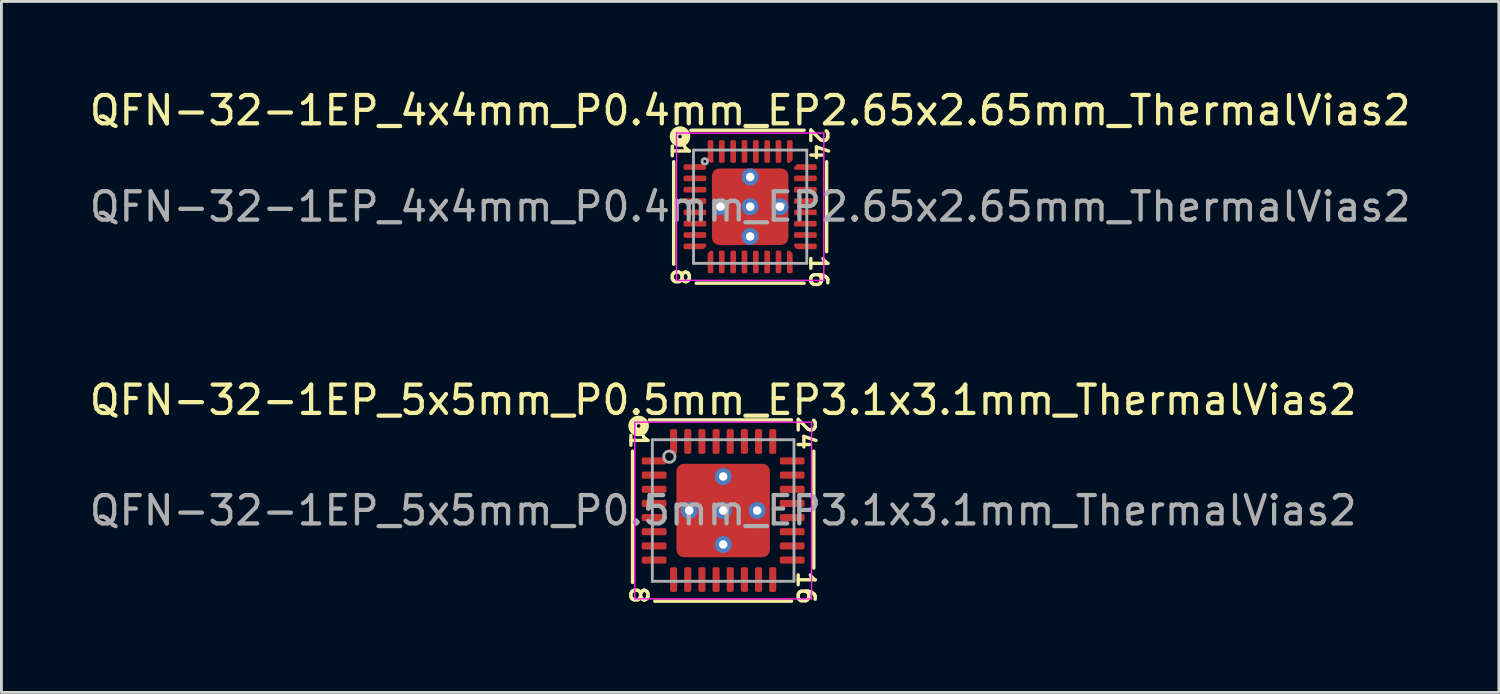
<source format=kicad_pcb>
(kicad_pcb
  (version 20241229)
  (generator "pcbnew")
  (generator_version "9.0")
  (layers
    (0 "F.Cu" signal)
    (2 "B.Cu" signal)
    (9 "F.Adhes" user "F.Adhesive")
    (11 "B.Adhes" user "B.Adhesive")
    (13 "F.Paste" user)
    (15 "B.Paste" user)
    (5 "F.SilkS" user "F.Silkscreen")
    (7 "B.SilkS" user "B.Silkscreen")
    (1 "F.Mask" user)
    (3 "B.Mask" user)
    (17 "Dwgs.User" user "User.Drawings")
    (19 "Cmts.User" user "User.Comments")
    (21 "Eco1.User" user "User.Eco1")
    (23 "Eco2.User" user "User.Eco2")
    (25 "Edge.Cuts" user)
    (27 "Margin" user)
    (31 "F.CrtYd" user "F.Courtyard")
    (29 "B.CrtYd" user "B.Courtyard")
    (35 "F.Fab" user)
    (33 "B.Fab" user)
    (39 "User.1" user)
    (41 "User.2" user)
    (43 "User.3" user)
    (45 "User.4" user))
  (footprint "QFN-32-1EP_5x5mm_P0.5mm_EP3.1x3.1mm_ThermalVias2"
    (layer "F.Cu")
    (at 22.482 14.974)
    (property "Reference" "QFN-32-1EP_5x5mm_P0.5mm_EP3.1x3.1mm_ThermalVias2" (at 0 -3.9 0) (layer "F.SilkS") (effects (font (size 1 1) (thickness 0.15))))
    (attr smd)
    (fp_line (start -3.2 -2.095) (end -3.2 2.54) (stroke (width 0.12) (type solid)) (layer "F.SilkS"))
    (fp_line (start -2.413 3.2) (end 2.413 3.2) (stroke (width 0.12) (type solid)) (layer "F.SilkS"))
    (fp_line (start 2.413 -3.2) (end -2.603 -3.2) (stroke (width 0.12) (type solid)) (layer "F.SilkS"))
    (fp_line (start 3.2 2.032) (end 3.2 -2.095) (stroke (width 0.12) (type solid)) (layer "F.SilkS"))
    (fp_circle (center -2.985 -2.985) (end -2.921 -2.985) (stroke (width 0.3) (type solid)) (fill no) (layer "F.SilkS"))
    (fp_line (start -3.12 -3.12) (end -3.12 3.12) (stroke (width 0.05) (type solid)) (layer "F.CrtYd"))
    (fp_line (start -3.12 3.12) (end 3.12 3.12) (stroke (width 0.05) (type solid)) (layer "F.CrtYd"))
    (fp_line (start 3.12 -3.12) (end -3.12 -3.12) (stroke (width 0.05) (type solid)) (layer "F.CrtYd"))
    (fp_line (start 3.12 3.12) (end 3.12 -3.12) (stroke (width 0.05) (type solid)) (layer "F.CrtYd"))
    (fp_line (start -2.5 -2.5) (end 2.5 -2.5) (stroke (width 0.1) (type solid)) (layer "F.Fab"))
    (fp_line (start -2.5 2.5) (end -2.5 -2.5) (stroke (width 0.1) (type solid)) (layer "F.Fab"))
    (fp_line (start 2.5 -2.5) (end 2.5 2.5) (stroke (width 0.1) (type solid)) (layer "F.Fab"))
    (fp_line (start 2.5 2.5) (end -2.5 2.5) (stroke (width 0.1) (type solid)) (layer "F.Fab"))
    (fp_circle (center -1.9 -1.9) (end -1.7 -1.9) (stroke (width 0.1) (type solid)) (fill no) (layer "F.Fab"))
    (fp_text user "24" (at 2.921 -2.731 270) (unlocked yes) (layer "F.SilkS") (effects (font (size 0.6 0.6) (thickness 0.12))))
    (fp_text user "16" (at 2.921 2.731 270) (unlocked yes) (layer "F.SilkS") (effects (font (size 0.6 0.6) (thickness 0.12))))
    (fp_text user "1" (at -2.985 -2.477 270) (unlocked yes) (layer "F.SilkS") (effects (font (size 0.6 0.6) (thickness 0.12))))
    (fp_text user "8" (at -2.985 2.985 270) (unlocked yes) (layer "F.SilkS") (effects (font (size 0.6 0.6) (thickness 0.12))))
    (fp_text user "${REFERENCE}" (at 0 0 0) (layer "F.Fab") (effects (font (size 1 1) (thickness 0.15))))
    (pad "" smd roundrect (at -0.925 -0.925) (size 0.95 0.95) (layers "F.Paste") (roundrect_rratio 0.25))
    (pad "" smd roundrect (at -0.925 -0.925) (size 1.25 1.25) (layers "F.Mask") (roundrect_rratio 0.2))
    (pad "" smd roundrect (at -0.925 0.925) (size 0.95 0.95) (layers "F.Paste") (roundrect_rratio 0.25))
    (pad "" smd roundrect (at -0.925 0.925) (size 1.25 1.25) (layers "F.Mask") (roundrect_rratio 0.2))
    (pad "" smd roundrect (at 0.925 -0.925) (size 0.95 0.95) (layers "F.Paste") (roundrect_rratio 0.25))
    (pad "" smd roundrect (at 0.925 -0.925) (size 1.25 1.25) (layers "F.Mask") (roundrect_rratio 0.2))
    (pad "" smd roundrect (at 0.925 0.925) (size 0.95 0.95) (layers "F.Paste") (roundrect_rratio 0.25))
    (pad "" smd roundrect (at 0.925 0.925) (size 1.25 1.25) (layers "F.Mask") (roundrect_rratio 0.2))
    (pad "1" smd roundrect (at -2.438 -1.75) (size 0.875 0.25) (layers "F.Cu" "F.Mask" "F.Paste") (roundrect_rratio 0.25))
    (pad "2" smd roundrect (at -2.438 -1.25) (size 0.875 0.25) (layers "F.Cu" "F.Mask" "F.Paste") (roundrect_rratio 0.25))
    (pad "3" smd roundrect (at -2.438 -0.75) (size 0.875 0.25) (layers "F.Cu" "F.Mask" "F.Paste") (roundrect_rratio 0.25))
    (pad "4" smd roundrect (at -2.438 -0.25) (size 0.875 0.25) (layers "F.Cu" "F.Mask" "F.Paste") (roundrect_rratio 0.25))
    (pad "5" smd roundrect (at -2.438 0.25) (size 0.875 0.25) (layers "F.Cu" "F.Mask" "F.Paste") (roundrect_rratio 0.25))
    (pad "6" smd roundrect (at -2.438 0.75) (size 0.875 0.25) (layers "F.Cu" "F.Mask" "F.Paste") (roundrect_rratio 0.25))
    (pad "7" smd roundrect (at -2.438 1.25) (size 0.875 0.25) (layers "F.Cu" "F.Mask" "F.Paste") (roundrect_rratio 0.25))
    (pad "8" smd roundrect (at -2.438 1.75) (size 0.875 0.25) (layers "F.Cu" "F.Mask" "F.Paste") (roundrect_rratio 0.25))
    (pad "9" smd roundrect (at -1.75 2.438) (size 0.25 0.875) (layers "F.Cu" "F.Mask" "F.Paste") (roundrect_rratio 0.25))
    (pad "10" smd roundrect (at -1.25 2.438) (size 0.25 0.875) (layers "F.Cu" "F.Mask" "F.Paste") (roundrect_rratio 0.25))
    (pad "11" smd roundrect (at -0.75 2.438) (size 0.25 0.875) (layers "F.Cu" "F.Mask" "F.Paste") (roundrect_rratio 0.25))
    (pad "12" smd roundrect (at -0.25 2.438) (size 0.25 0.875) (layers "F.Cu" "F.Mask" "F.Paste") (roundrect_rratio 0.25))
    (pad "13" smd roundrect (at 0.25 2.438) (size 0.25 0.875) (layers "F.Cu" "F.Mask" "F.Paste") (roundrect_rratio 0.25))
    (pad "14" smd roundrect (at 0.75 2.438) (size 0.25 0.875) (layers "F.Cu" "F.Mask" "F.Paste") (roundrect_rratio 0.25))
    (pad "15" smd roundrect (at 1.25 2.438) (size 0.25 0.875) (layers "F.Cu" "F.Mask" "F.Paste") (roundrect_rratio 0.25))
    (pad "16" smd roundrect (at 1.75 2.438) (size 0.25 0.875) (layers "F.Cu" "F.Mask" "F.Paste") (roundrect_rratio 0.25))
    (pad "17" smd roundrect (at 2.438 1.75) (size 0.875 0.25) (layers "F.Cu" "F.Mask" "F.Paste") (roundrect_rratio 0.25))
    (pad "18" smd roundrect (at 2.438 1.25) (size 0.875 0.25) (layers "F.Cu" "F.Mask" "F.Paste") (roundrect_rratio 0.25))
    (pad "19" smd roundrect (at 2.438 0.75) (size 0.875 0.25) (layers "F.Cu" "F.Mask" "F.Paste") (roundrect_rratio 0.25))
    (pad "20" smd roundrect (at 2.438 0.25) (size 0.875 0.25) (layers "F.Cu" "F.Mask" "F.Paste") (roundrect_rratio 0.25))
    (pad "21" smd roundrect (at 2.438 -0.25) (size 0.875 0.25) (layers "F.Cu" "F.Mask" "F.Paste") (roundrect_rratio 0.25))
    (pad "22" smd roundrect (at 2.438 -0.75) (size 0.875 0.25) (layers "F.Cu" "F.Mask" "F.Paste") (roundrect_rratio 0.25))
    (pad "23" smd roundrect (at 2.438 -1.25) (size 0.875 0.25) (layers "F.Cu" "F.Mask" "F.Paste") (roundrect_rratio 0.25))
    (pad "24" smd roundrect (at 2.438 -1.75) (size 0.875 0.25) (layers "F.Cu" "F.Mask" "F.Paste") (roundrect_rratio 0.25))
    (pad "25" smd roundrect (at 1.75 -2.438) (size 0.25 0.875) (layers "F.Cu" "F.Mask" "F.Paste") (roundrect_rratio 0.25))
    (pad "26" smd roundrect (at 1.25 -2.438) (size 0.25 0.875) (layers "F.Cu" "F.Mask" "F.Paste") (roundrect_rratio 0.25))
    (pad "27" smd roundrect (at 0.75 -2.438) (size 0.25 0.875) (layers "F.Cu" "F.Mask" "F.Paste") (roundrect_rratio 0.25))
    (pad "28" smd roundrect (at 0.25 -2.438) (size 0.25 0.875) (layers "F.Cu" "F.Mask" "F.Paste") (roundrect_rratio 0.25))
    (pad "29" smd roundrect (at -0.25 -2.438) (size 0.25 0.875) (layers "F.Cu" "F.Mask" "F.Paste") (roundrect_rratio 0.25))
    (pad "30" smd roundrect (at -0.75 -2.438) (size 0.25 0.875) (layers "F.Cu" "F.Mask" "F.Paste") (roundrect_rratio 0.25))
    (pad "31" smd roundrect (at -1.25 -2.438) (size 0.25 0.875) (layers "F.Cu" "F.Mask" "F.Paste") (roundrect_rratio 0.25))
    (pad "32" smd roundrect (at -1.75 -2.438) (size 0.25 0.875) (layers "F.Cu" "F.Mask" "F.Paste") (roundrect_rratio 0.25))
    (pad "33" thru_hole circle (at -1.2 0) (size 0.6 0.6) (drill 0.3) (property pad_prop_heatsink) (layers "*.Cu" "*.Mask"))
    (pad "33" thru_hole circle (at 0 -1.2) (size 0.6 0.6) (drill 0.3) (property pad_prop_heatsink) (layers "*.Cu" "*.Mask"))
    (pad "33" thru_hole circle (at 0 0) (size 0.6 0.6) (drill 0.3) (property pad_prop_heatsink) (layers "*.Cu" "*.Mask"))
    (pad "33" smd roundrect (at 0 0) (size 3.3 3.3) (layers "F.Cu") (roundrect_rratio 0.081))
    (pad "33" thru_hole circle (at 0 1.2) (size 0.6 0.6) (drill 0.3) (property pad_prop_heatsink) (layers "*.Cu" "*.Mask"))
    (pad "33" thru_hole circle (at 1.2 0) (size 0.6 0.6) (drill 0.3) (property pad_prop_heatsink) (layers "*.Cu" "*.Mask")))
  (footprint "QFN-32-1EP_4x4mm_P0.4mm_EP2.65x2.65mm_ThermalVias2"
    (layer "F.Cu")
    (at 23.435 4.248)
    (property "Reference" "QFN-32-1EP_4x4mm_P0.4mm_EP2.65x2.65mm_ThermalVias2" (at 0 -3.4 0) (layer "F.SilkS") (effects (font (size 1 1) (thickness 0.15))))
    (attr smd)
    (fp_line (start -2.7 -1.587) (end -2.7 2.032) (stroke (width 0.12) (type solid)) (layer "F.SilkS"))
    (fp_line (start -1.905 2.7) (end 1.905 2.7) (stroke (width 0.12) (type solid)) (layer "F.SilkS"))
    (fp_line (start 1.905 -2.7) (end -2.095 -2.7) (stroke (width 0.12) (type solid)) (layer "F.SilkS"))
    (fp_line (start 2.7 1.587) (end 2.7 -1.587) (stroke (width 0.12) (type solid)) (layer "F.SilkS"))
    (fp_circle (center -2.477 -2.477) (end -2.413 -2.477) (stroke (width 0.3) (type solid)) (fill no) (layer "F.SilkS"))
    (fp_line (start -2.6 -2.6) (end -2.6 2.6) (stroke (width 0.05) (type solid)) (layer "F.CrtYd"))
    (fp_line (start -2.6 2.6) (end 2.6 2.6) (stroke (width 0.05) (type solid)) (layer "F.CrtYd"))
    (fp_line (start 2.6 -2.6) (end -2.6 -2.6) (stroke (width 0.05) (type solid)) (layer "F.CrtYd"))
    (fp_line (start 2.6 2.6) (end 2.6 -2.6) (stroke (width 0.05) (type solid)) (layer "F.CrtYd"))
    (fp_line (start -2 -2) (end 2 -2) (stroke (width 0.1) (type solid)) (layer "F.Fab"))
    (fp_line (start -2 2) (end -2 -2) (stroke (width 0.1) (type solid)) (layer "F.Fab"))
    (fp_line (start 2 -2) (end 2 2) (stroke (width 0.1) (type solid)) (layer "F.Fab"))
    (fp_line (start 2 2) (end -2 2) (stroke (width 0.1) (type solid)) (layer "F.Fab"))
    (fp_circle (center -1.6 -1.6) (end -1.5 -1.6) (stroke (width 0.1) (type solid)) (fill no) (layer "F.Fab"))
    (fp_text user "16" (at 2.413 2.286 270) (unlocked yes) (layer "F.SilkS") (effects (font (size 0.6 0.6) (thickness 0.12))))
    (fp_text user "1" (at -2.477 -1.968 270) (unlocked yes) (layer "F.SilkS") (effects (font (size 0.6 0.6) (thickness 0.12))))
    (fp_text user "24" (at 2.413 -2.223 270) (unlocked yes) (layer "F.SilkS") (effects (font (size 0.6 0.6) (thickness 0.12))))
    (fp_text user "8" (at -2.477 2.477 270) (unlocked yes) (layer "F.SilkS") (effects (font (size 0.6 0.6) (thickness 0.12))))
    (fp_text user "${REFERENCE}" (at 0 0 0) (layer "F.Fab") (effects (font (size 1 1) (thickness 0.15))))
    (pad "" smd roundrect (at -0.775 -0.775) (size 0.7 0.7) (layers "F.Paste") (roundrect_rratio 0.25))
    (pad "" smd roundrect (at -0.775 -0.775) (size 0.95 0.95) (layers "F.Mask") (roundrect_rratio 0.25))
    (pad "" smd roundrect (at -0.775 0.775) (size 0.7 0.7) (layers "F.Paste") (roundrect_rratio 0.25))
    (pad "" smd roundrect (at -0.775 0.775) (size 0.95 0.95) (layers "F.Mask") (roundrect_rratio 0.25))
    (pad "" smd roundrect (at 0.775 -0.775) (size 0.7 0.7) (layers "F.Paste") (roundrect_rratio 0.25))
    (pad "" smd roundrect (at 0.775 -0.775) (size 0.95 0.95) (layers "F.Mask") (roundrect_rratio 0.25))
    (pad "" smd roundrect (at 0.775 0.775) (size 0.7 0.7) (layers "F.Paste") (roundrect_rratio 0.25))
    (pad "" smd roundrect (at 0.775 0.775) (size 0.95 0.95) (layers "F.Mask") (roundrect_rratio 0.25))
    (pad "1" smd custom (at -1.95 -1.4) (size 0.129 0.129) (layers "F.Cu" "F.Mask" "F.Paste") (options (anchor circle)) (primitives (gr_poly (pts (xy 0.35 0.021) (xy 0.35 0.05) (xy -0.35 0.05) (xy -0.35 -0.05) (xy 0.279 -0.05)) (width 0.1) (fill yes))))
    (pad "2" smd roundrect (at -1.95 -1) (size 0.8 0.2) (layers "F.Cu" "F.Mask" "F.Paste") (roundrect_rratio 0.25))
    (pad "3" smd roundrect (at -1.95 -0.6) (size 0.8 0.2) (layers "F.Cu" "F.Mask" "F.Paste") (roundrect_rratio 0.25))
    (pad "4" smd roundrect (at -1.95 -0.2) (size 0.8 0.2) (layers "F.Cu" "F.Mask" "F.Paste") (roundrect_rratio 0.25))
    (pad "5" smd roundrect (at -1.95 0.2) (size 0.8 0.2) (layers "F.Cu" "F.Mask" "F.Paste") (roundrect_rratio 0.25))
    (pad "6" smd roundrect (at -1.95 0.6) (size 0.8 0.2) (layers "F.Cu" "F.Mask" "F.Paste") (roundrect_rratio 0.25))
    (pad "7" smd roundrect (at -1.95 1) (size 0.8 0.2) (layers "F.Cu" "F.Mask" "F.Paste") (roundrect_rratio 0.25))
    (pad "8" smd custom (at -1.95 1.4) (size 0.129 0.129) (layers "F.Cu" "F.Mask" "F.Paste") (options (anchor circle)) (primitives (gr_poly (pts (xy 0.35 -0.021) (xy 0.279 0.05) (xy -0.35 0.05) (xy -0.35 -0.05) (xy 0.35 -0.05)) (width 0.1) (fill yes))))
    (pad "9" smd custom (at -1.4 1.95) (size 0.129 0.129) (layers "F.Cu" "F.Mask" "F.Paste") (options (anchor circle)) (primitives (gr_poly (pts (xy 0.05 0.35) (xy -0.05 0.35) (xy -0.05 -0.279) (xy 0.021 -0.35) (xy 0.05 -0.35)) (width 0.1) (fill yes))))
    (pad "10" smd roundrect (at -1 1.95) (size 0.2 0.8) (layers "F.Cu" "F.Mask" "F.Paste") (roundrect_rratio 0.25))
    (pad "11" smd roundrect (at -0.6 1.95) (size 0.2 0.8) (layers "F.Cu" "F.Mask" "F.Paste") (roundrect_rratio 0.25))
    (pad "12" smd roundrect (at -0.2 1.95) (size 0.2 0.8) (layers "F.Cu" "F.Mask" "F.Paste") (roundrect_rratio 0.25))
    (pad "13" smd roundrect (at 0.2 1.95) (size 0.2 0.8) (layers "F.Cu" "F.Mask" "F.Paste") (roundrect_rratio 0.25))
    (pad "14" smd roundrect (at 0.6 1.95) (size 0.2 0.8) (layers "F.Cu" "F.Mask" "F.Paste") (roundrect_rratio 0.25))
    (pad "15" smd roundrect (at 1 1.95) (size 0.2 0.8) (layers "F.Cu" "F.Mask" "F.Paste") (roundrect_rratio 0.25))
    (pad "16" smd custom (at 1.4 1.95) (size 0.129 0.129) (layers "F.Cu" "F.Mask" "F.Paste") (options (anchor circle)) (primitives (gr_poly (pts (xy 0.05 -0.279) (xy 0.05 0.35) (xy -0.05 0.35) (xy -0.05 -0.35) (xy -0.021 -0.35)) (width 0.1) (fill yes))))
    (pad "17" smd custom (at 1.95 1.4) (size 0.129 0.129) (layers "F.Cu" "F.Mask" "F.Paste") (options (anchor circle)) (primitives (gr_poly (pts (xy 0.35 0.05) (xy -0.279 0.05) (xy -0.35 -0.021) (xy -0.35 -0.05) (xy 0.35 -0.05)) (width 0.1) (fill yes))))
    (pad "18" smd roundrect (at 1.95 1) (size 0.8 0.2) (layers "F.Cu" "F.Mask" "F.Paste") (roundrect_rratio 0.25))
    (pad "19" smd roundrect (at 1.95 0.6) (size 0.8 0.2) (layers "F.Cu" "F.Mask" "F.Paste") (roundrect_rratio 0.25))
    (pad "20" smd roundrect (at 1.95 0.2) (size 0.8 0.2) (layers "F.Cu" "F.Mask" "F.Paste") (roundrect_rratio 0.25))
    (pad "21" smd roundrect (at 1.95 -0.2) (size 0.8 0.2) (layers "F.Cu" "F.Mask" "F.Paste") (roundrect_rratio 0.25))
    (pad "22" smd roundrect (at 1.95 -0.6) (size 0.8 0.2) (layers "F.Cu" "F.Mask" "F.Paste") (roundrect_rratio 0.25))
    (pad "23" smd roundrect (at 1.95 -1) (size 0.8 0.2) (layers "F.Cu" "F.Mask" "F.Paste") (roundrect_rratio 0.25))
    (pad "24" smd custom (at 1.95 -1.4) (size 0.129 0.129) (layers "F.Cu" "F.Mask" "F.Paste") (options (anchor circle)) (primitives (gr_poly (pts (xy 0.35 0.05) (xy -0.35 0.05) (xy -0.35 0.021) (xy -0.279 -0.05) (xy 0.35 -0.05)) (width 0.1) (fill yes))))
    (pad "25" smd custom (at 1.4 -1.95) (size 0.129 0.129) (layers "F.Cu" "F.Mask" "F.Paste") (options (anchor circle)) (primitives (gr_poly (pts (xy 0.05 0.279) (xy -0.021 0.35) (xy -0.05 0.35) (xy -0.05 -0.35) (xy 0.05 -0.35)) (width 0.1) (fill yes))))
    (pad "26" smd roundrect (at 1 -1.95) (size 0.2 0.8) (layers "F.Cu" "F.Mask" "F.Paste") (roundrect_rratio 0.25))
    (pad "27" smd roundrect (at 0.6 -1.95) (size 0.2 0.8) (layers "F.Cu" "F.Mask" "F.Paste") (roundrect_rratio 0.25))
    (pad "28" smd roundrect (at 0.2 -1.95) (size 0.2 0.8) (layers "F.Cu" "F.Mask" "F.Paste") (roundrect_rratio 0.25))
    (pad "29" smd roundrect (at -0.2 -1.95) (size 0.2 0.8) (layers "F.Cu" "F.Mask" "F.Paste") (roundrect_rratio 0.25))
    (pad "30" smd roundrect (at -0.6 -1.95) (size 0.2 0.8) (layers "F.Cu" "F.Mask" "F.Paste") (roundrect_rratio 0.25))
    (pad "31" smd roundrect (at -1 -1.95) (size 0.2 0.8) (layers "F.Cu" "F.Mask" "F.Paste") (roundrect_rratio 0.25))
    (pad "32" smd custom (at -1.4 -1.95) (size 0.129 0.129) (layers "F.Cu" "F.Mask" "F.Paste") (options (anchor circle)) (primitives (gr_poly (pts (xy 0.05 0.35) (xy 0.021 0.35) (xy -0.05 0.279) (xy -0.05 -0.35) (xy 0.05 -0.35)) (width 0.1) (fill yes))))
    (pad "33" thru_hole circle (at -1.05 0) (size 0.6 0.6) (drill 0.3) (property pad_prop_heatsink) (layers "*.Cu" "*.Mask"))
    (pad "33" thru_hole circle (at 0 -1.05) (size 0.6 0.6) (drill 0.3) (property pad_prop_heatsink) (layers "*.Cu" "*.Mask"))
    (pad "33" thru_hole circle (at 0 0) (size 0.6 0.6) (drill 0.3) (property pad_prop_heatsink) (layers "*.Cu" "*.Mask"))
    (pad "33" smd roundrect (at 0 0) (size 2.7 2.7) (layers "F.Cu") (roundrect_rratio 0.094))
    (pad "33" thru_hole circle (at 0 1.05) (size 0.6 0.6) (drill 0.3) (property pad_prop_heatsink) (layers "*.Cu" "*.Mask"))
    (pad "33" thru_hole circle (at 1.05 0) (size 0.6 0.6) (drill 0.3) (property pad_prop_heatsink) (layers "*.Cu" "*.Mask")))
  (gr_rect
    (start -3 -3)
    (end 49.869 21.396)
    (stroke (width 0.1) (type default))
    (fill no)
    (layer "Edge.Cuts")))
</source>
